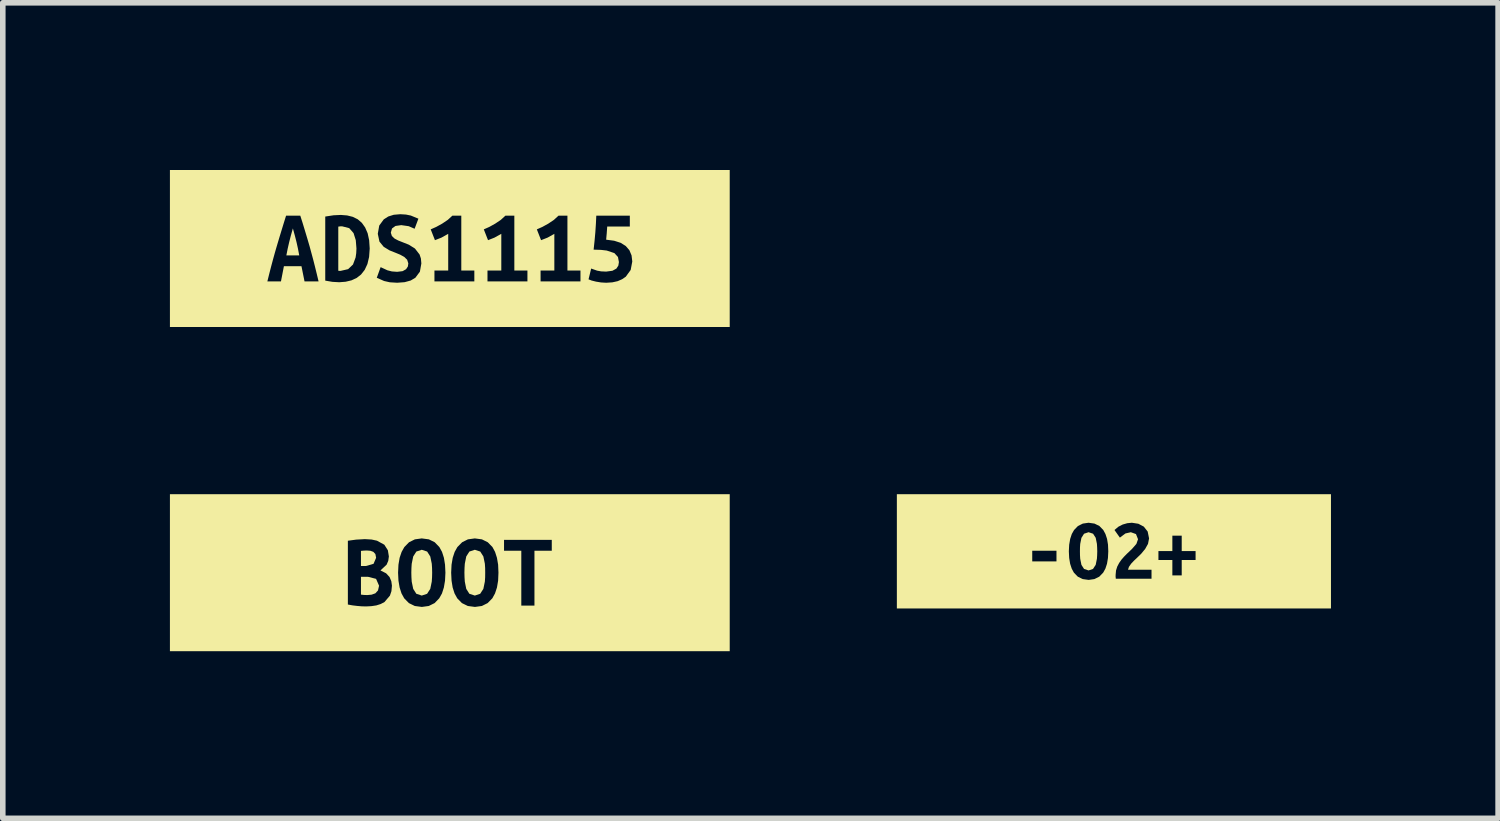
<source format=kicad_pcb>
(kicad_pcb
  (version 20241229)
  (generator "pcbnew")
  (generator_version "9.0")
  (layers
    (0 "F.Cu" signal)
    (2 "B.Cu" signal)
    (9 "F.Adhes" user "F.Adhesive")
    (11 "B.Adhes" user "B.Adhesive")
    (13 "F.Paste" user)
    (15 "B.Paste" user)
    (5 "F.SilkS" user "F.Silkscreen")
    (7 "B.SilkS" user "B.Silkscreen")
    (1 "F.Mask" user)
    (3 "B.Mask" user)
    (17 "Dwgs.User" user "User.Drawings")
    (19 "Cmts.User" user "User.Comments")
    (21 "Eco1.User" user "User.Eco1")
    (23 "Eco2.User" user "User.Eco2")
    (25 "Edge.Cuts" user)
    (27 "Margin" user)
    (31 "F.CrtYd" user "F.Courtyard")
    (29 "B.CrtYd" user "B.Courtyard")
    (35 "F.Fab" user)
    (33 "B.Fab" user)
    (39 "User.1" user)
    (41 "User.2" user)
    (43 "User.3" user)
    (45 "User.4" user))
  (footprint "label_O2"
    (layer "F.Cu")
    (at 16.944 6.846)
    (property "Reference" "label_O2" (at 0 -1.026 0) (layer "F.SilkS") (effects (font (size 0.001 0.001) (thickness 0.000003))))
    (attr exclude_from_pos_files exclude_from_bom)
    (fp_poly (pts (xy -0.61 0) (xy -0.609 0.069) (xy -0.605 0.134) (xy -0.583 0.243) (xy -0.536 0.316) (xy -0.455 0.343) (xy -0.375 0.316) (xy -0.327 0.242) (xy -0.305 0.133) (xy -0.301 0.069) (xy -0.299 0) (xy -0.301 -0.069) (xy -0.305 -0.134) (xy -0.327 -0.243) (xy -0.374 -0.316) (xy -0.455 -0.343) (xy -0.536 -0.316) (xy -0.583 -0.242) (xy -0.605 -0.133) (xy -0.609 -0.069) (xy -0.61 0)) (stroke (width 0) (type solid)) (fill yes) (layer "F.SilkS"))
    (fp_poly (pts (xy -3.383 -1.025) (xy -1.466 -0.011) (xy -1.031 -0.011) (xy -0.809 0) (xy -0.803 -0.119) (xy -0.785 -0.223) (xy -0.756 -0.311) (xy -0.715 -0.383) (xy -0.645 -0.455) (xy -0.558 -0.498) (xy -0.455 -0.513) (xy -0.349 -0.498) (xy -0.261 -0.455) (xy -0.191 -0.383) (xy -0.152 -0.311) (xy -0.123 -0.223) (xy -0.106 -0.119) (xy 0.403 -0.133) (xy 0.433 -0.217) (xy 0.396 -0.31) (xy 0.304 -0.343) (xy 0.207 -0.321) (xy 0.107 -0.246) (xy 0.01 -0.383) (xy 0.079 -0.441) (xy 0.157 -0.481) (xy 0.24 -0.505) (xy 0.323 -0.513) (xy 0.439 -0.495) (xy 0.537 -0.443) (xy 0.606 -0.355) (xy 0.631 -0.232) (xy 0.612 -0.134) (xy 0.561 -0.043) (xy 0.799 -0.005) (xy 1.049 -0.005) (xy 1.049 -0.281) (xy 1.217 -0.281) (xy 1.217 -0.005) (xy 1.466 -0.005) (xy 1.466 0.156) (xy 1.217 0.156) (xy 1.217 0.432) (xy 1.049 0.432) (xy 1.049 0.156) (xy 0.799 0.156) (xy 0.799 -0.005) (xy 0.561 -0.043) (xy 0.49 0.043) (xy 0.409 0.122) (xy 0.361 0.167) (xy 0.31 0.221) (xy 0.27 0.278) (xy 0.253 0.33) (xy 0.675 0.33) (xy 0.675 0.492) (xy 0.034 0.492) (xy 0.03 0.452) (xy 0.031 0.419) (xy 0.038 0.343) (xy 0.06 0.273) (xy 0.094 0.209) (xy 0.135 0.15) (xy 0.182 0.096) (xy 0.232 0.045) (xy 0.282 -0.002) (xy 0.329 -0.048) (xy 0.403 -0.133) (xy -0.106 -0.119) (xy -0.101 0) (xy -0.107 0.119) (xy -0.124 0.223) (xy -0.153 0.311) (xy -0.193 0.383) (xy -0.263 0.455) (xy -0.35 0.498) (xy -0.453 0.513) (xy -0.56 0.498) (xy -0.648 0.455) (xy -0.718 0.383) (xy -0.757 0.311) (xy -0.786 0.223) (xy -0.803 0.119) (xy -0.809 0) (xy -1.031 -0.011) (xy -1.031 0.181) (xy -1.466 0.181) (xy -1.466 -0.011) (xy -3.383 -1.025) (xy -3.896 -1.025) (xy -3.896 1.025) (xy -3.383 1.025) (xy 3.383 1.025) (xy 3.896 1.025) (xy 3.896 -1.025) (xy 3.383 -1.025) (xy -3.383 -1.025)) (stroke (width 0) (type solid)) (fill yes) (layer "F.SilkS")))
  (footprint "label_ads1115"
    (layer "F.Cu")
    (at 5.024 1.41)
    (property "Reference" "label_ads1115" (at 0 -1.41 0) (layer "F.SilkS") (effects (font (size 0.001 0.001) (thickness 0.000003))))
    (attr exclude_from_pos_files exclude_from_bom)
    (fp_poly (pts (xy -2.817 -0.36) (xy -2.853 -0.233) (xy -2.883 -0.115) (xy -2.91 0.002) (xy -2.934 0.124) (xy -2.703 0.124) (xy -2.726 0.002) (xy -2.752 -0.115) (xy -2.782 -0.233) (xy -2.817 -0.36)) (stroke (width 0) (type solid)) (fill yes) (layer "F.SilkS"))
    (fp_poly (pts (xy -2.002 0.4) (xy -1.981 0.402) (xy -1.96 0.402) (xy -1.826 0.371) (xy -1.738 0.288) (xy -1.691 0.161) (xy -1.68 0.084) (xy -1.676 0) (xy -1.688 -0.149) (xy -1.728 -0.276) (xy -1.806 -0.365) (xy -1.934 -0.398) (xy -1.968 -0.397) (xy -2.002 -0.392) (xy -2.002 0.4)) (stroke (width 0) (type solid)) (fill yes) (layer "F.SilkS"))
    (fp_poly (pts (xy -4.511 -1.409) (xy -3.105 -0.045) (xy -3.063 -0.186) (xy -3.021 -0.324) (xy -2.98 -0.458) (xy -2.939 -0.589) (xy -2.684 -0.589) (xy -2.642 -0.457) (xy -2.601 -0.322) (xy -2.559 -0.182) (xy -2.517 -0.039) (xy -2.485 0.079) (xy -2.452 0.201) (xy -2.42 0.327) (xy -2.388 0.457) (xy -2.236 0.577) (xy -2.236 -0.573) (xy -2.086 -0.596) (xy -1.955 -0.602) (xy -1.843 -0.593) (xy -1.742 -0.568) (xy -1.653 -0.524) (xy -1.579 -0.46) (xy -1.52 -0.377) (xy -1.475 -0.273) (xy -1.448 -0.148) (xy -1.438 0) (xy -1.449 0.152) (xy -1.479 0.279) (xy -1.528 0.384) (xy -1.593 0.467) (xy -1.672 0.529) (xy -1.765 0.572) (xy -1.87 0.597) (xy -1.985 0.606) (xy -2.108 0.599) (xy -2.236 0.577) (xy -2.388 0.457) (xy -2.356 0.591) (xy -2.608 0.591) (xy -2.663 0.318) (xy -2.978 0.318) (xy -3.031 0.591) (xy -3.275 0.591) (xy -3.241 0.454) (xy -3.207 0.322) (xy -3.173 0.195) (xy -3.139 0.072) (xy -3.105 -0.045) (xy -4.511 -1.409) (xy -5.024 -1.409) (xy -5.024 1.409) (xy -1.311 0.526) (xy -1.242 0.335) (xy -1.119 0.392) (xy -1.04 0.412) (xy -0.945 0.419) (xy -0.847 0.407) (xy -0.785 0.372) (xy -0.753 0.323) (xy -0.745 0.267) (xy -0.766 0.202) (xy -0.819 0.151) (xy -0.892 0.111) (xy -0.972 0.078) (xy -1.082 0.034) (xy -1.186 -0.029) (xy -1.263 -0.123) (xy -1.293 -0.263) (xy -1.267 -0.411) (xy -1.186 -0.522) (xy -1.105 -0.574) (xy -1.006 -0.605) (xy -0.89 -0.615) (xy -0.788 -0.609) (xy -0.7 -0.591) (xy -0.564 -0.535) (xy -0.632 -0.354) (xy -0.738 -0.4) (xy -0.872 -0.419) (xy -0.976 -0.404) (xy -1.038 -0.359) (xy -1.059 -0.284) (xy -1.04 -0.224) (xy -0.992 -0.178) (xy -0.925 -0.143) (xy -0.852 -0.114) (xy -0.736 -0.068) (xy -0.626 0.001) (xy -0.543 0.108) (xy -0.519 0.18) (xy -0.511 0.269) (xy -0.537 0.416) (xy -0.618 0.525) (xy -0.276 0.591) (xy -0.276 0.396) (xy -0.029 0.396) (xy -0.029 -0.263) (xy -0.15 -0.195) (xy -0.267 -0.149) (xy -0.343 -0.343) (xy -0.244 -0.387) (xy -0.137 -0.446) (xy -0.036 -0.514) (xy 0.046 -0.589) (xy 0.206 -0.589) (xy 0.206 0.396) (xy 0.44 0.396) (xy 0.676 0.591) (xy 0.676 0.396) (xy 0.924 0.396) (xy 0.924 -0.263) (xy 0.802 -0.195) (xy 0.686 -0.149) (xy 0.61 -0.343) (xy 0.709 -0.387) (xy 0.815 -0.446) (xy 0.916 -0.514) (xy 0.998 -0.589) (xy 1.158 -0.589) (xy 1.158 0.396) (xy 1.393 0.396) (xy 1.393 0.591) (xy 0.676 0.591) (xy 0.44 0.396) (xy 0.44 0.591) (xy -0.276 0.591) (xy -0.618 0.525) (xy -0.702 0.575) (xy -0.811 0.605) (xy -0.945 0.615) (xy -1.077 0.607) (xy -1.179 0.584) (xy -1.311 0.526) (xy -5.024 1.409) (xy -4.511 1.409) (xy 4.511 1.409) (xy 2.345 0.591) (xy 1.629 0.591) (xy 1.629 0.396) (xy 1.876 0.396) (xy 1.876 -0.263) (xy 1.755 -0.195) (xy 1.638 -0.149) (xy 1.562 -0.343) (xy 1.661 -0.387) (xy 1.768 -0.446) (xy 1.869 -0.514) (xy 1.951 -0.589) (xy 2.111 -0.589) (xy 2.598 -0.137) (xy 2.612 -0.292) (xy 2.622 -0.443) (xy 2.629 -0.589) (xy 3.231 -0.589) (xy 3.231 -0.394) (xy 2.825 -0.394) (xy 2.816 -0.267) (xy 2.806 -0.158) (xy 2.95 -0.139) (xy 3.068 -0.101) (xy 3.158 -0.044) (xy 3.223 0.031) (xy 3.262 0.124) (xy 3.275 0.234) (xy 3.246 0.386) (xy 3.158 0.507) (xy 3.092 0.552) (xy 3.012 0.587) (xy 2.917 0.608) (xy 2.808 0.615) (xy 2.715 0.61) (xy 2.623 0.595) (xy 2.544 0.575) (xy 2.49 0.554) (xy 2.537 0.36) (xy 2.644 0.398) (xy 2.717 0.411) (xy 2.806 0.415) (xy 2.919 0.4) (xy 2.99 0.361) (xy 3.025 0.307) (xy 3.035 0.244) (xy 3.018 0.153) (xy 2.954 0.083) (xy 2.816 0.037) (xy 2.712 0.025) (xy 2.581 0.021) (xy 2.598 -0.137) (xy 2.111 -0.589) (xy 2.111 0.396) (xy 2.345 0.396) (xy 2.345 0.591) (xy 4.511 1.409) (xy 5.024 1.409) (xy 5.024 -1.409) (xy 4.511 -1.409) (xy -4.511 -1.409)) (stroke (width 0) (type solid)) (fill yes) (layer "F.SilkS")))
  (footprint "label_boot"
    (layer "F.Cu")
    (at 5.024 7.229)
    (property "Reference" "label_boot" (at 0 -1.41 0) (layer "F.SilkS") (effects (font (size 0.001 0.001) (thickness 0.000003))))
    (attr exclude_from_pos_files exclude_from_bom)
    (fp_poly (pts (xy -1.595 0.074) (xy -1.595 0.394) (xy -1.541 0.4) (xy -1.483 0.402) (xy -1.405 0.395) (xy -1.337 0.371) (xy -1.289 0.319) (xy -1.27 0.234) (xy -1.324 0.111) (xy -1.47 0.074) (xy -1.595 0.074)) (stroke (width 0) (type solid)) (fill yes) (layer "F.SilkS"))
    (fp_poly (pts (xy -1.504 -0.12) (xy -1.369 -0.159) (xy -1.323 -0.267) (xy -1.336 -0.334) (xy -1.373 -0.374) (xy -1.426 -0.393) (xy -1.489 -0.398) (xy -1.544 -0.396) (xy -1.595 -0.391) (xy -1.595 -0.12) (xy -1.504 -0.12)) (stroke (width 0) (type solid)) (fill yes) (layer "F.SilkS"))
    (fp_poly (pts (xy -0.691 0) (xy -0.689 0.083) (xy -0.684 0.161) (xy -0.657 0.291) (xy -0.601 0.379) (xy -0.504 0.411) (xy -0.408 0.379) (xy -0.351 0.291) (xy -0.324 0.16) (xy -0.319 0.083) (xy -0.317 0) (xy -0.319 -0.083) (xy -0.324 -0.161) (xy -0.351 -0.291) (xy -0.407 -0.379) (xy -0.504 -0.411) (xy -0.601 -0.379) (xy -0.657 -0.291) (xy -0.684 -0.16) (xy -0.689 -0.083) (xy -0.691 0)) (stroke (width 0) (type solid)) (fill yes) (layer "F.SilkS"))
    (fp_poly (pts (xy 0.262 0) (xy 0.264 0.083) (xy 0.269 0.161) (xy 0.295 0.291) (xy 0.351 0.379) (xy 0.449 0.411) (xy 0.545 0.379) (xy 0.602 0.291) (xy 0.629 0.16) (xy 0.634 0.083) (xy 0.635 0) (xy 0.634 -0.083) (xy 0.629 -0.161) (xy 0.602 -0.291) (xy 0.546 -0.379) (xy 0.449 -0.411) (xy 0.351 -0.379) (xy 0.295 -0.291) (xy 0.269 -0.16) (xy 0.264 -0.083) (xy 0.262 0)) (stroke (width 0) (type solid)) (fill yes) (layer "F.SilkS"))
    (fp_poly (pts (xy -4.511 -1.409) (xy -1.83 0.572) (xy -1.83 -0.573) (xy -1.683 -0.593) (xy -1.525 -0.602) (xy -1.404 -0.595) (xy -1.308 -0.574) (xy -1.176 -0.502) (xy -1.112 -0.402) (xy -1.094 -0.291) (xy -1.105 -0.212) (xy -1.135 -0.143) (xy -1.245 -0.04) (xy -1.144 0.011) (xy -1.082 0.078) (xy -1.05 0.154) (xy -1.039 0.234) (xy -0.929 0) (xy -0.922 -0.143) (xy -0.901 -0.267) (xy -0.865 -0.373) (xy -0.816 -0.46) (xy -0.732 -0.546) (xy -0.627 -0.598) (xy -0.504 -0.615) (xy -0.376 -0.598) (xy -0.271 -0.546) (xy -0.188 -0.46) (xy -0.14 -0.373) (xy -0.106 -0.267) (xy -0.086 -0.143) (xy -0.079 0) (xy 0.024 0) (xy 0.031 -0.143) (xy 0.052 -0.267) (xy 0.087 -0.373) (xy 0.136 -0.46) (xy 0.221 -0.546) (xy 0.325 -0.598) (xy 0.449 -0.615) (xy 0.576 -0.598) (xy 0.681 -0.546) (xy 0.765 -0.46) (xy 0.812 -0.373) (xy 0.846 -0.267) (xy 0.867 -0.143) (xy 0.873 0) (xy 0.867 0.143) (xy 0.846 0.267) (xy 0.811 0.373) (xy 0.763 0.46) (xy 0.679 0.546) (xy 0.575 0.598) (xy 0.451 0.615) (xy 0.323 0.598) (xy 0.217 0.546) (xy 0.133 0.46) (xy 0.085 0.373) (xy 0.051 0.267) (xy 0.031 0.143) (xy 0.024 0) (xy -0.079 0) (xy -0.086 0.143) (xy -0.107 0.267) (xy -0.141 0.373) (xy -0.19 0.46) (xy -0.273 0.546) (xy -0.378 0.598) (xy -0.502 0.615) (xy -0.629 0.598) (xy -0.735 0.546) (xy -0.819 0.46) (xy -0.867 0.373) (xy -0.901 0.267) (xy -0.922 0.143) (xy -0.929 0) (xy -1.039 0.234) (xy -1.048 0.332) (xy -1.075 0.412) (xy -1.173 0.527) (xy -1.241 0.563) (xy -1.32 0.588) (xy -1.408 0.601) (xy -1.502 0.606) (xy -1.582 0.604) (xy -1.664 0.597) (xy -1.747 0.587) (xy -1.83 0.572) (xy -4.511 -1.409) (xy -5.024 -1.409) (xy -5.024 1.409) (xy -4.511 1.409) (xy 4.511 1.409) (xy 1.83 -0.589) (xy 1.83 -0.394) (xy 1.519 -0.394) (xy 1.519 0.591) (xy 1.283 0.591) (xy 1.283 -0.394) (xy 0.973 -0.394) (xy 0.973 -0.589) (xy 1.83 -0.589) (xy 4.511 1.409) (xy 5.024 1.409) (xy 5.024 -1.409) (xy 4.511 -1.409) (xy -4.511 -1.409)) (stroke (width 0) (type solid)) (fill yes) (layer "F.SilkS")))
  (gr_rect
    (start -3 -3)
    (end 23.84 11.638)
    (stroke (width 0.1) (type default))
    (fill no)
    (layer "Edge.Cuts")))
</source>
